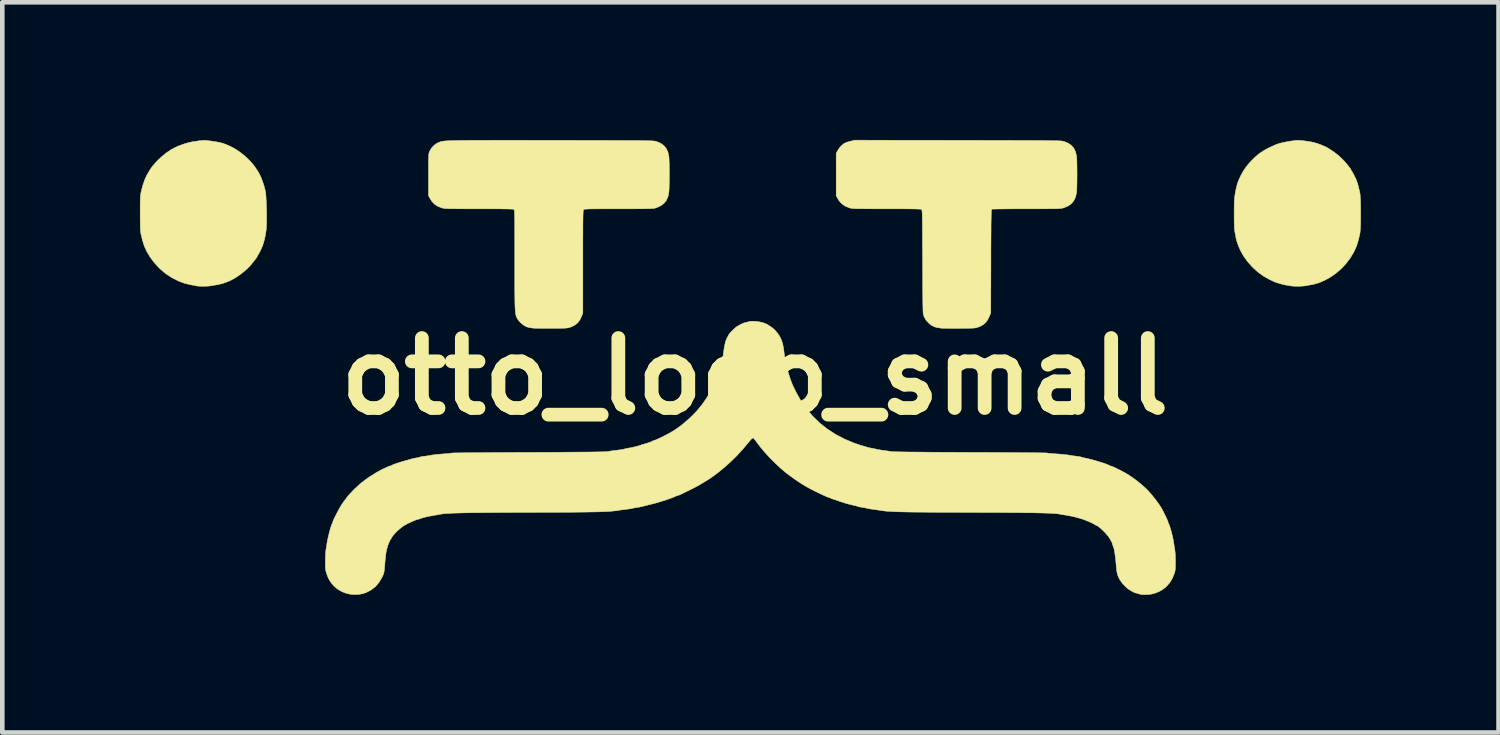
<source format=kicad_pcb>
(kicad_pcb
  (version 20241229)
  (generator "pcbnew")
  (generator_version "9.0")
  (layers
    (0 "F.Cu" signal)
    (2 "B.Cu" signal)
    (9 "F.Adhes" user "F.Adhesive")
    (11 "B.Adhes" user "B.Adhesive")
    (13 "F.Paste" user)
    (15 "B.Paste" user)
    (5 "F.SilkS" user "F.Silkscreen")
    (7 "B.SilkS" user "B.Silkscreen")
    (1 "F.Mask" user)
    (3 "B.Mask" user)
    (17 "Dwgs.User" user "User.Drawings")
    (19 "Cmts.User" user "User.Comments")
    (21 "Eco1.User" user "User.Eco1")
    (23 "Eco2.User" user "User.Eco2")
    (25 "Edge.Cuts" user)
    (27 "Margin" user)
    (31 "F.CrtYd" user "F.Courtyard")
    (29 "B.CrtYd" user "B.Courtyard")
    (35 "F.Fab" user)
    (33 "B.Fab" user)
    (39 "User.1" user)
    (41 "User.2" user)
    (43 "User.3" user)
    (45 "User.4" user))
  (footprint "otto_logo_small"
    (layer "F.Cu")
    (at 13.401 5.152)
    (property "Reference" "otto_logo_small" (at 0 0 0) (layer "F.SilkS") (effects (font (size 1.524 1.524) (thickness 0.3))))
    (attr through_hole)
    (fp_poly (pts (xy -11.97 -5.143) (xy -11.941 -5.14) (xy -11.911 -5.136) (xy -11.813 -5.123) (xy -11.731 -5.11) (xy -11.661 -5.096) (xy -11.6 -5.08) (xy -11.542 -5.06) (xy -11.483 -5.036) (xy -11.419 -5.006) (xy -11.399 -4.997) (xy -11.298 -4.939) (xy -11.194 -4.867) (xy -11.094 -4.783) (xy -11.002 -4.694) (xy -10.922 -4.602) (xy -10.882 -4.545) (xy -10.86 -4.512) (xy -10.84 -4.482) (xy -10.834 -4.474) (xy -10.8 -4.414) (xy -10.764 -4.339) (xy -10.731 -4.253) (xy -10.7 -4.162) (xy -10.676 -4.073) (xy -10.666 -4.025) (xy -10.66 -3.985) (xy -10.655 -3.928) (xy -10.651 -3.856) (xy -10.647 -3.774) (xy -10.644 -3.685) (xy -10.642 -3.594) (xy -10.641 -3.503) (xy -10.641 -3.416) (xy -10.642 -3.337) (xy -10.644 -3.27) (xy -10.647 -3.218) (xy -10.65 -3.192) (xy -10.658 -3.143) (xy -10.667 -3.088) (xy -10.672 -3.055) (xy -10.685 -2.995) (xy -10.703 -2.927) (xy -10.723 -2.863) (xy -10.743 -2.812) (xy -10.764 -2.764) (xy -10.787 -2.718) (xy -10.809 -2.678) (xy -10.825 -2.65) (xy -10.831 -2.643) (xy -10.843 -2.624) (xy -10.846 -2.614) (xy -10.852 -2.6) (xy -10.87 -2.573) (xy -10.897 -2.538) (xy -10.929 -2.497) (xy -10.963 -2.455) (xy -10.997 -2.415) (xy -11.028 -2.381) (xy -11.029 -2.38) (xy -11.083 -2.328) (xy -11.149 -2.272) (xy -11.221 -2.217) (xy -11.291 -2.168) (xy -11.344 -2.135) (xy -11.399 -2.105) (xy -11.444 -2.082) (xy -11.49 -2.063) (xy -11.543 -2.044) (xy -11.577 -2.032) (xy -11.609 -2.022) (xy -11.642 -2.013) (xy -11.678 -2.005) (xy -11.724 -1.996) (xy -11.782 -1.986) (xy -11.856 -1.973) (xy -11.87 -1.971) (xy -11.912 -1.967) (xy -11.966 -1.964) (xy -12.025 -1.963) (xy -12.083 -1.964) (xy -12.134 -1.967) (xy -12.172 -1.971) (xy -12.178 -1.973) (xy -12.21 -1.98) (xy -12.252 -1.988) (xy -12.287 -1.994) (xy -12.424 -2.026) (xy -12.562 -2.078) (xy -12.699 -2.147) (xy -12.829 -2.231) (xy -12.871 -2.263) (xy -12.983 -2.362) (xy -13.085 -2.473) (xy -13.175 -2.592) (xy -13.25 -2.716) (xy -13.308 -2.843) (xy -13.347 -2.968) (xy -13.35 -2.98) (xy -13.359 -3.017) (xy -13.37 -3.064) (xy -13.378 -3.099) (xy -13.383 -3.122) (xy -13.387 -3.149) (xy -13.39 -3.183) (xy -13.393 -3.226) (xy -13.394 -3.28) (xy -13.395 -3.349) (xy -13.396 -3.434) (xy -13.396 -3.538) (xy -13.396 -3.548) (xy -13.396 -3.651) (xy -13.396 -3.734) (xy -13.395 -3.801) (xy -13.394 -3.855) (xy -13.392 -3.898) (xy -13.389 -3.934) (xy -13.385 -3.965) (xy -13.381 -3.993) (xy -13.375 -4.022) (xy -13.371 -4.036) (xy -13.36 -4.086) (xy -13.347 -4.133) (xy -13.337 -4.169) (xy -13.332 -4.182) (xy -13.32 -4.216) (xy -13.311 -4.246) (xy -13.31 -4.247) (xy -13.295 -4.29) (xy -13.271 -4.344) (xy -13.239 -4.405) (xy -13.203 -4.468) (xy -13.166 -4.526) (xy -13.132 -4.575) (xy -13.13 -4.577) (xy -13.039 -4.682) (xy -12.937 -4.78) (xy -12.83 -4.868) (xy -12.721 -4.942) (xy -12.644 -4.983) (xy -12.565 -5.019) (xy -12.477 -5.052) (xy -12.39 -5.081) (xy -12.309 -5.102) (xy -12.249 -5.114) (xy -12.171 -5.125) (xy -12.11 -5.134) (xy -12.064 -5.139) (xy -12.027 -5.143) (xy -11.997 -5.143) (xy -11.97 -5.143)) (stroke (width 0.01) (type solid)) (fill yes) (layer "F.SilkS"))
    (fp_poly (pts (xy 11.895 -5.141) (xy 11.944 -5.136) (xy 12.005 -5.128) (xy 12.082 -5.116) (xy 12.097 -5.114) (xy 12.178 -5.098) (xy 12.263 -5.074) (xy 12.34 -5.045) (xy 12.358 -5.037) (xy 12.386 -5.025) (xy 12.405 -5.017) (xy 12.409 -5.017) (xy 12.42 -5.012) (xy 12.446 -4.998) (xy 12.481 -4.979) (xy 12.494 -4.972) (xy 12.615 -4.894) (xy 12.73 -4.803) (xy 12.835 -4.702) (xy 12.892 -4.637) (xy 12.931 -4.588) (xy 12.958 -4.554) (xy 12.976 -4.531) (xy 12.986 -4.516) (xy 12.99 -4.507) (xy 12.991 -4.503) (xy 12.998 -4.487) (xy 13.006 -4.476) (xy 13.019 -4.457) (xy 13.036 -4.426) (xy 13.05 -4.399) (xy 13.068 -4.363) (xy 13.083 -4.333) (xy 13.091 -4.319) (xy 13.104 -4.289) (xy 13.12 -4.246) (xy 13.136 -4.197) (xy 13.15 -4.15) (xy 13.155 -4.128) (xy 13.164 -4.09) (xy 13.175 -4.044) (xy 13.183 -4.009) (xy 13.189 -3.974) (xy 13.193 -3.921) (xy 13.197 -3.854) (xy 13.2 -3.775) (xy 13.201 -3.687) (xy 13.202 -3.595) (xy 13.202 -3.501) (xy 13.201 -3.41) (xy 13.2 -3.323) (xy 13.197 -3.245) (xy 13.193 -3.179) (xy 13.188 -3.129) (xy 13.183 -3.099) (xy 13.172 -3.053) (xy 13.161 -3.007) (xy 13.155 -2.98) (xy 13.115 -2.844) (xy 13.055 -2.711) (xy 12.977 -2.581) (xy 12.884 -2.459) (xy 12.778 -2.345) (xy 12.661 -2.244) (xy 12.535 -2.157) (xy 12.417 -2.093) (xy 12.365 -2.07) (xy 12.32 -2.05) (xy 12.278 -2.035) (xy 12.235 -2.022) (xy 12.186 -2.009) (xy 12.127 -1.997) (xy 12.055 -1.984) (xy 11.989 -1.972) (xy 11.94 -1.967) (xy 11.879 -1.964) (xy 11.813 -1.963) (xy 11.749 -1.965) (xy 11.696 -1.969) (xy 11.675 -1.972) (xy 11.641 -1.978) (xy 11.596 -1.986) (xy 11.557 -1.992) (xy 11.513 -2.002) (xy 11.46 -2.016) (xy 11.405 -2.032) (xy 11.355 -2.048) (xy 11.316 -2.063) (xy 11.302 -2.069) (xy 11.284 -2.079) (xy 11.253 -2.094) (xy 11.215 -2.112) (xy 11.214 -2.112) (xy 11.082 -2.186) (xy 10.956 -2.278) (xy 10.839 -2.386) (xy 10.733 -2.506) (xy 10.642 -2.635) (xy 10.583 -2.741) (xy 10.554 -2.806) (xy 10.526 -2.877) (xy 10.503 -2.945) (xy 10.487 -3.005) (xy 10.483 -3.028) (xy 10.477 -3.062) (xy 10.469 -3.106) (xy 10.46 -3.15) (xy 10.455 -3.184) (xy 10.451 -3.23) (xy 10.448 -3.29) (xy 10.446 -3.365) (xy 10.445 -3.458) (xy 10.445 -3.545) (xy 10.445 -3.639) (xy 10.446 -3.716) (xy 10.447 -3.777) (xy 10.449 -3.827) (xy 10.452 -3.87) (xy 10.456 -3.909) (xy 10.461 -3.947) (xy 10.469 -3.988) (xy 10.471 -4.004) (xy 10.487 -4.084) (xy 10.502 -4.148) (xy 10.517 -4.204) (xy 10.536 -4.255) (xy 10.559 -4.31) (xy 10.589 -4.373) (xy 10.597 -4.388) (xy 10.645 -4.475) (xy 10.7 -4.556) (xy 10.742 -4.61) (xy 10.784 -4.659) (xy 10.833 -4.711) (xy 10.886 -4.763) (xy 10.938 -4.81) (xy 10.984 -4.849) (xy 11.019 -4.873) (xy 11.043 -4.889) (xy 11.077 -4.91) (xy 11.1 -4.925) (xy 11.134 -4.945) (xy 11.176 -4.968) (xy 11.228 -4.993) (xy 11.296 -5.024) (xy 11.339 -5.044) (xy 11.41 -5.07) (xy 11.501 -5.094) (xy 11.612 -5.116) (xy 11.673 -5.126) (xy 11.729 -5.134) (xy 11.775 -5.14) (xy 11.815 -5.143) (xy 11.853 -5.143) (xy 11.895 -5.141)) (stroke (width 0.01) (type solid)) (fill yes) (layer "F.SilkS"))
    (fp_poly (pts (xy 4.423 -5.144) (xy 4.682 -5.143) (xy 4.921 -5.143) (xy 5.14 -5.142) (xy 5.34 -5.142) (xy 5.522 -5.142) (xy 5.687 -5.141) (xy 5.835 -5.141) (xy 5.968 -5.141) (xy 6.086 -5.14) (xy 6.191 -5.139) (xy 6.284 -5.139) (xy 6.364 -5.138) (xy 6.433 -5.137) (xy 6.493 -5.136) (xy 6.543 -5.135) (xy 6.585 -5.134) (xy 6.62 -5.133) (xy 6.649 -5.132) (xy 6.671 -5.13) (xy 6.69 -5.129) (xy 6.704 -5.127) (xy 6.716 -5.125) (xy 6.725 -5.122) (xy 6.734 -5.12) (xy 6.739 -5.118) (xy 6.828 -5.082) (xy 6.898 -5.032) (xy 6.952 -4.969) (xy 6.989 -4.893) (xy 7.01 -4.802) (xy 7.011 -4.795) (xy 7.014 -4.754) (xy 7.017 -4.695) (xy 7.019 -4.622) (xy 7.02 -4.539) (xy 7.021 -4.451) (xy 7.021 -4.36) (xy 7.02 -4.271) (xy 7.019 -4.187) (xy 7.017 -4.113) (xy 7.014 -4.052) (xy 7.011 -4.008) (xy 7.01 -4.001) (xy 6.989 -3.908) (xy 6.952 -3.829) (xy 6.898 -3.764) (xy 6.827 -3.713) (xy 6.74 -3.676) (xy 6.735 -3.674) (xy 6.72 -3.67) (xy 6.705 -3.666) (xy 6.689 -3.663) (xy 6.668 -3.66) (xy 6.643 -3.658) (xy 6.611 -3.656) (xy 6.571 -3.654) (xy 6.521 -3.653) (xy 6.459 -3.653) (xy 6.384 -3.652) (xy 6.293 -3.652) (xy 6.186 -3.651) (xy 6.061 -3.651) (xy 5.917 -3.651) (xy 5.792 -3.651) (xy 5.673 -3.651) (xy 5.562 -3.65) (xy 5.461 -3.649) (xy 5.372 -3.648) (xy 5.295 -3.647) (xy 5.235 -3.646) (xy 5.191 -3.645) (xy 5.166 -3.643) (xy 5.16 -3.642) (xy 5.158 -3.637) (xy 5.156 -3.622) (xy 5.154 -3.598) (xy 5.152 -3.562) (xy 5.151 -3.514) (xy 5.15 -3.453) (xy 5.148 -3.378) (xy 5.147 -3.288) (xy 5.147 -3.182) (xy 5.146 -3.058) (xy 5.145 -2.917) (xy 5.144 -2.756) (xy 5.144 -2.575) (xy 5.144 -2.508) (xy 5.141 -1.381) (xy 5.114 -1.316) (xy 5.078 -1.239) (xy 5.037 -1.18) (xy 4.987 -1.134) (xy 4.924 -1.096) (xy 4.87 -1.074) (xy 4.851 -1.067) (xy 4.831 -1.061) (xy 4.809 -1.057) (xy 4.782 -1.053) (xy 4.747 -1.051) (xy 4.701 -1.049) (xy 4.641 -1.048) (xy 4.565 -1.046) (xy 4.48 -1.046) (xy 4.393 -1.045) (xy 4.307 -1.045) (xy 4.228 -1.046) (xy 4.158 -1.047) (xy 4.101 -1.048) (xy 4.062 -1.05) (xy 4.058 -1.051) (xy 3.975 -1.062) (xy 3.906 -1.082) (xy 3.846 -1.114) (xy 3.797 -1.152) (xy 3.733 -1.221) (xy 3.689 -1.297) (xy 3.671 -1.351) (xy 3.668 -1.368) (xy 3.666 -1.397) (xy 3.664 -1.441) (xy 3.663 -1.5) (xy 3.661 -1.575) (xy 3.66 -1.667) (xy 3.659 -1.775) (xy 3.657 -1.902) (xy 3.657 -2.048) (xy 3.656 -2.214) (xy 3.655 -2.4) (xy 3.655 -2.514) (xy 3.654 -2.694) (xy 3.653 -2.854) (xy 3.653 -2.994) (xy 3.652 -3.117) (xy 3.652 -3.222) (xy 3.651 -3.313) (xy 3.65 -3.389) (xy 3.649 -3.452) (xy 3.648 -3.503) (xy 3.647 -3.544) (xy 3.645 -3.576) (xy 3.643 -3.599) (xy 3.641 -3.616) (xy 3.639 -3.627) (xy 3.636 -3.634) (xy 3.633 -3.637) (xy 3.633 -3.638) (xy 3.625 -3.641) (xy 3.607 -3.643) (xy 3.578 -3.645) (xy 3.537 -3.647) (xy 3.483 -3.648) (xy 3.415 -3.649) (xy 3.331 -3.65) (xy 3.229 -3.651) (xy 3.109 -3.651) (xy 2.97 -3.651) (xy 2.871 -3.651) (xy 2.726 -3.651) (xy 2.601 -3.651) (xy 2.494 -3.652) (xy 2.404 -3.652) (xy 2.329 -3.653) (xy 2.267 -3.653) (xy 2.217 -3.654) (xy 2.177 -3.656) (xy 2.146 -3.658) (xy 2.121 -3.66) (xy 2.101 -3.663) (xy 2.084 -3.666) (xy 2.069 -3.67) (xy 2.054 -3.674) (xy 2.053 -3.675) (xy 1.966 -3.711) (xy 1.895 -3.76) (xy 1.837 -3.825) (xy 1.801 -3.883) (xy 1.772 -3.939) (xy 1.772 -4.859) (xy 1.801 -4.915) (xy 1.84 -4.975) (xy 1.888 -5.03) (xy 1.939 -5.072) (xy 1.95 -5.079) (xy 1.979 -5.092) (xy 2.02 -5.107) (xy 2.068 -5.121) (xy 2.082 -5.124) (xy 2.176 -5.147) (xy 4.423 -5.144)) (stroke (width 0.01) (type solid)) (fill yes) (layer "F.SilkS"))
    (fp_poly (pts (xy -5.312 -5.145) (xy -5.102 -5.145) (xy -4.873 -5.144) (xy -4.625 -5.144) (xy -4.401 -5.144) (xy -4.145 -5.143) (xy -3.91 -5.143) (xy -3.695 -5.142) (xy -3.498 -5.142) (xy -3.32 -5.142) (xy -3.159 -5.141) (xy -3.014 -5.141) (xy -2.884 -5.14) (xy -2.769 -5.14) (xy -2.667 -5.139) (xy -2.578 -5.139) (xy -2.5 -5.138) (xy -2.433 -5.137) (xy -2.376 -5.136) (xy -2.328 -5.135) (xy -2.288 -5.134) (xy -2.255 -5.133) (xy -2.228 -5.131) (xy -2.207 -5.13) (xy -2.19 -5.128) (xy -2.176 -5.126) (xy -2.165 -5.124) (xy -2.156 -5.122) (xy -2.147 -5.119) (xy -2.145 -5.118) (xy -2.058 -5.082) (xy -1.988 -5.033) (xy -1.934 -4.971) (xy -1.897 -4.895) (xy -1.876 -4.803) (xy -1.874 -4.79) (xy -1.871 -4.746) (xy -1.868 -4.685) (xy -1.866 -4.61) (xy -1.865 -4.525) (xy -1.864 -4.434) (xy -1.864 -4.343) (xy -1.865 -4.253) (xy -1.867 -4.17) (xy -1.869 -4.097) (xy -1.872 -4.039) (xy -1.875 -4.007) (xy -1.894 -3.914) (xy -1.929 -3.835) (xy -1.98 -3.771) (xy -2.049 -3.719) (xy -2.135 -3.679) (xy -2.146 -3.675) (xy -2.16 -3.671) (xy -2.174 -3.667) (xy -2.189 -3.663) (xy -2.208 -3.66) (xy -2.231 -3.658) (xy -2.26 -3.656) (xy -2.297 -3.655) (xy -2.344 -3.653) (xy -2.402 -3.653) (xy -2.473 -3.652) (xy -2.559 -3.652) (xy -2.661 -3.651) (xy -2.781 -3.651) (xy -2.92 -3.651) (xy -2.966 -3.651) (xy -3.113 -3.651) (xy -3.24 -3.651) (xy -3.348 -3.651) (xy -3.439 -3.65) (xy -3.514 -3.65) (xy -3.575 -3.649) (xy -3.623 -3.648) (xy -3.661 -3.646) (xy -3.688 -3.644) (xy -3.708 -3.642) (xy -3.721 -3.64) (xy -3.729 -3.637) (xy -3.732 -3.634) (xy -3.735 -3.63) (xy -3.737 -3.622) (xy -3.739 -3.609) (xy -3.741 -3.589) (xy -3.743 -3.563) (xy -3.744 -3.528) (xy -3.745 -3.482) (xy -3.746 -3.426) (xy -3.747 -3.358) (xy -3.748 -3.275) (xy -3.748 -3.179) (xy -3.748 -3.066) (xy -3.749 -2.936) (xy -3.749 -2.788) (xy -3.749 -2.619) (xy -3.749 -2.498) (xy -3.749 -1.378) (xy -3.773 -1.315) (xy -3.811 -1.234) (xy -3.857 -1.171) (xy -3.915 -1.122) (xy -3.988 -1.084) (xy -4.006 -1.077) (xy -4.029 -1.069) (xy -4.05 -1.063) (xy -4.071 -1.058) (xy -4.095 -1.054) (xy -4.125 -1.051) (xy -4.164 -1.049) (xy -4.215 -1.048) (xy -4.281 -1.047) (xy -4.363 -1.046) (xy -4.419 -1.046) (xy -4.506 -1.046) (xy -4.591 -1.046) (xy -4.67 -1.047) (xy -4.739 -1.048) (xy -4.794 -1.049) (xy -4.832 -1.051) (xy -4.838 -1.052) (xy -4.888 -1.058) (xy -4.937 -1.068) (xy -4.976 -1.08) (xy -4.978 -1.081) (xy -5.032 -1.11) (xy -5.087 -1.153) (xy -5.137 -1.202) (xy -5.172 -1.25) (xy -5.182 -1.267) (xy -5.19 -1.283) (xy -5.198 -1.3) (xy -5.204 -1.32) (xy -5.21 -1.343) (xy -5.215 -1.372) (xy -5.219 -1.406) (xy -5.223 -1.448) (xy -5.225 -1.499) (xy -5.228 -1.559) (xy -5.23 -1.632) (xy -5.231 -1.716) (xy -5.232 -1.815) (xy -5.233 -1.93) (xy -5.233 -2.06) (xy -5.233 -2.209) (xy -5.233 -2.377) (xy -5.233 -2.549) (xy -5.233 -2.725) (xy -5.233 -2.882) (xy -5.233 -3.019) (xy -5.234 -3.139) (xy -5.234 -3.241) (xy -5.234 -3.329) (xy -5.235 -3.402) (xy -5.236 -3.463) (xy -5.237 -3.512) (xy -5.238 -3.551) (xy -5.239 -3.58) (xy -5.241 -3.602) (xy -5.243 -3.618) (xy -5.245 -3.628) (xy -5.248 -3.634) (xy -5.251 -3.638) (xy -5.254 -3.64) (xy -5.27 -3.643) (xy -5.308 -3.645) (xy -5.366 -3.647) (xy -5.446 -3.648) (xy -5.548 -3.65) (xy -5.67 -3.651) (xy -5.813 -3.651) (xy -5.977 -3.651) (xy -6.016 -3.651) (xy -6.161 -3.651) (xy -6.286 -3.651) (xy -6.392 -3.652) (xy -6.482 -3.652) (xy -6.557 -3.653) (xy -6.619 -3.653) (xy -6.668 -3.654) (xy -6.708 -3.656) (xy -6.74 -3.658) (xy -6.765 -3.66) (xy -6.784 -3.663) (xy -6.801 -3.666) (xy -6.816 -3.67) (xy -6.831 -3.674) (xy -6.831 -3.675) (xy -6.915 -3.708) (xy -6.983 -3.754) (xy -7.04 -3.814) (xy -7.087 -3.89) (xy -7.113 -3.939) (xy -7.113 -4.394) (xy -7.113 -4.506) (xy -7.113 -4.598) (xy -7.112 -4.673) (xy -7.112 -4.733) (xy -7.11 -4.78) (xy -7.109 -4.815) (xy -7.106 -4.842) (xy -7.103 -4.862) (xy -7.099 -4.878) (xy -7.095 -4.891) (xy -7.092 -4.898) (xy -7.049 -4.973) (xy -6.991 -5.036) (xy -6.922 -5.084) (xy -6.847 -5.115) (xy -6.846 -5.115) (xy -6.831 -5.119) (xy -6.813 -5.122) (xy -6.792 -5.125) (xy -6.767 -5.128) (xy -6.737 -5.131) (xy -6.701 -5.133) (xy -6.659 -5.135) (xy -6.61 -5.137) (xy -6.551 -5.138) (xy -6.484 -5.14) (xy -6.407 -5.141) (xy -6.318 -5.142) (xy -6.217 -5.143) (xy -6.104 -5.144) (xy -5.976 -5.144) (xy -5.835 -5.144) (xy -5.677 -5.145) (xy -5.503 -5.145) (xy -5.312 -5.145)) (stroke (width 0.01) (type solid)) (fill yes) (layer "F.SilkS"))
    (fp_poly (pts (xy 0.048 -1.195) (xy 0.125 -1.183) (xy 0.195 -1.164) (xy 0.253 -1.14) (xy 0.255 -1.14) (xy 0.324 -1.098) (xy 0.385 -1.055) (xy 0.431 -1.014) (xy 0.434 -1.011) (xy 0.495 -0.94) (xy 0.543 -0.867) (xy 0.58 -0.791) (xy 0.607 -0.705) (xy 0.626 -0.605) (xy 0.638 -0.509) (xy 0.655 -0.377) (xy 0.684 -0.238) (xy 0.72 -0.104) (xy 0.738 -0.049) (xy 0.749 -0.014) (xy 0.76 0.022) (xy 0.77 0.052) (xy 0.785 0.093) (xy 0.802 0.138) (xy 0.819 0.18) (xy 0.832 0.21) (xy 0.834 0.216) (xy 0.843 0.232) (xy 0.858 0.263) (xy 0.878 0.304) (xy 0.898 0.345) (xy 1.003 0.533) (xy 1.125 0.708) (xy 1.264 0.871) (xy 1.417 1.02) (xy 1.585 1.152) (xy 1.762 1.266) (xy 1.957 1.368) (xy 2.152 1.45) (xy 2.302 1.5) (xy 2.352 1.515) (xy 2.401 1.529) (xy 2.439 1.541) (xy 2.449 1.544) (xy 2.492 1.555) (xy 2.537 1.565) (xy 2.546 1.566) (xy 2.588 1.574) (xy 2.634 1.584) (xy 2.649 1.588) (xy 2.685 1.596) (xy 2.734 1.604) (xy 2.787 1.612) (xy 2.806 1.614) (xy 2.858 1.621) (xy 2.908 1.628) (xy 2.947 1.635) (xy 2.958 1.638) (xy 2.974 1.64) (xy 3.007 1.642) (xy 3.057 1.643) (xy 3.124 1.645) (xy 3.21 1.646) (xy 3.314 1.648) (xy 3.437 1.649) (xy 3.579 1.65) (xy 3.74 1.652) (xy 3.922 1.653) (xy 4.123 1.654) (xy 4.346 1.655) (xy 4.59 1.656) (xy 4.681 1.657) (xy 4.87 1.657) (xy 5.053 1.658) (xy 5.229 1.659) (xy 5.396 1.66) (xy 5.555 1.661) (xy 5.702 1.662) (xy 5.838 1.663) (xy 5.962 1.664) (xy 6.071 1.665) (xy 6.164 1.666) (xy 6.242 1.667) (xy 6.301 1.668) (xy 6.342 1.669) (xy 6.363 1.67) (xy 6.366 1.67) (xy 6.379 1.673) (xy 6.411 1.677) (xy 6.457 1.681) (xy 6.514 1.686) (xy 6.577 1.69) (xy 6.647 1.695) (xy 6.715 1.701) (xy 6.777 1.707) (xy 6.826 1.713) (xy 6.853 1.718) (xy 6.907 1.727) (xy 6.966 1.735) (xy 7.005 1.74) (xy 7.047 1.745) (xy 7.084 1.751) (xy 7.107 1.757) (xy 7.132 1.765) (xy 7.169 1.774) (xy 7.21 1.783) (xy 7.266 1.795) (xy 7.33 1.811) (xy 7.399 1.83) (xy 7.469 1.851) (xy 7.537 1.871) (xy 7.599 1.891) (xy 7.652 1.91) (xy 7.692 1.925) (xy 7.716 1.937) (xy 7.719 1.94) (xy 7.739 1.95) (xy 7.745 1.95) (xy 7.763 1.955) (xy 7.793 1.966) (xy 7.829 1.981) (xy 7.865 1.997) (xy 7.893 2.012) (xy 7.899 2.016) (xy 7.921 2.028) (xy 7.942 2.037) (xy 7.969 2.049) (xy 7.985 2.058) (xy 8.005 2.069) (xy 8.034 2.085) (xy 8.049 2.092) (xy 8.113 2.128) (xy 8.188 2.177) (xy 8.269 2.234) (xy 8.351 2.296) (xy 8.429 2.361) (xy 8.5 2.423) (xy 8.538 2.459) (xy 8.606 2.532) (xy 8.676 2.615) (xy 8.744 2.701) (xy 8.805 2.786) (xy 8.856 2.864) (xy 8.874 2.896) (xy 8.901 2.947) (xy 8.928 3.001) (xy 8.954 3.054) (xy 8.976 3.102) (xy 8.993 3.14) (xy 9.002 3.166) (xy 9.004 3.173) (xy 9.008 3.19) (xy 9.019 3.214) (xy 9.02 3.214) (xy 9.035 3.251) (xy 9.053 3.305) (xy 9.072 3.37) (xy 9.09 3.441) (xy 9.107 3.514) (xy 9.122 3.584) (xy 9.129 3.63) (xy 9.137 3.684) (xy 9.146 3.74) (xy 9.154 3.788) (xy 9.154 3.792) (xy 9.158 3.828) (xy 9.162 3.88) (xy 9.164 3.941) (xy 9.166 4.008) (xy 9.166 4.041) (xy 9.166 4.111) (xy 9.164 4.165) (xy 9.162 4.206) (xy 9.157 4.24) (xy 9.149 4.27) (xy 9.144 4.29) (xy 9.099 4.401) (xy 9.041 4.497) (xy 8.969 4.579) (xy 8.912 4.626) (xy 8.863 4.66) (xy 8.816 4.686) (xy 8.764 4.709) (xy 8.702 4.731) (xy 8.643 4.745) (xy 8.577 4.754) (xy 8.508 4.758) (xy 8.445 4.756) (xy 8.392 4.748) (xy 8.368 4.74) (xy 8.338 4.73) (xy 8.314 4.724) (xy 8.311 4.724) (xy 8.288 4.718) (xy 8.253 4.703) (xy 8.211 4.68) (xy 8.168 4.654) (xy 8.128 4.627) (xy 8.115 4.617) (xy 8.062 4.569) (xy 8.01 4.511) (xy 7.967 4.453) (xy 7.96 4.442) (xy 7.93 4.387) (xy 7.908 4.334) (xy 7.893 4.277) (xy 7.882 4.21) (xy 7.876 4.144) (xy 7.869 4.06) (xy 7.861 3.978) (xy 7.851 3.902) (xy 7.842 3.835) (xy 7.832 3.781) (xy 7.823 3.743) (xy 7.818 3.727) (xy 7.805 3.697) (xy 7.796 3.664) (xy 7.778 3.611) (xy 7.745 3.551) (xy 7.701 3.486) (xy 7.648 3.422) (xy 7.613 3.386) (xy 7.556 3.331) (xy 7.508 3.29) (xy 7.472 3.263) (xy 7.449 3.251) (xy 7.446 3.25) (xy 7.431 3.245) (xy 7.41 3.231) (xy 7.385 3.216) (xy 7.35 3.198) (xy 7.324 3.186) (xy 7.283 3.168) (xy 7.241 3.15) (xy 7.222 3.142) (xy 7.157 3.117) (xy 7.077 3.092) (xy 6.989 3.068) (xy 6.898 3.047) (xy 6.811 3.031) (xy 6.799 3.029) (xy 6.747 3.02) (xy 6.696 3.012) (xy 6.655 3.004) (xy 6.646 3.003) (xy 6.619 2.998) (xy 6.582 2.994) (xy 6.537 2.99) (xy 6.482 2.986) (xy 6.416 2.983) (xy 6.339 2.98) (xy 6.249 2.978) (xy 6.145 2.975) (xy 6.027 2.973) (xy 5.893 2.972) (xy 5.744 2.97) (xy 5.577 2.969) (xy 5.393 2.967) (xy 5.19 2.966) (xy 4.967 2.966) (xy 4.723 2.965) (xy 4.675 2.965) (xy 4.441 2.964) (xy 4.228 2.963) (xy 4.034 2.963) (xy 3.859 2.962) (xy 3.701 2.96) (xy 3.559 2.959) (xy 3.433 2.958) (xy 3.321 2.956) (xy 3.222 2.954) (xy 3.135 2.952) (xy 3.059 2.949) (xy 2.993 2.946) (xy 2.936 2.943) (xy 2.886 2.94) (xy 2.844 2.936) (xy 2.807 2.931) (xy 2.774 2.927) (xy 2.763 2.925) (xy 2.726 2.919) (xy 2.676 2.912) (xy 2.62 2.904) (xy 2.584 2.899) (xy 2.533 2.892) (xy 2.487 2.885) (xy 2.453 2.878) (xy 2.438 2.874) (xy 2.413 2.867) (xy 2.375 2.86) (xy 2.34 2.855) (xy 2.301 2.849) (xy 2.268 2.843) (xy 2.251 2.837) (xy 2.232 2.83) (xy 2.198 2.821) (xy 2.159 2.812) (xy 2.088 2.795) (xy 2.007 2.774) (xy 1.925 2.749) (xy 1.849 2.725) (xy 1.788 2.703) (xy 1.751 2.69) (xy 1.711 2.678) (xy 1.704 2.676) (xy 1.675 2.667) (xy 1.655 2.657) (xy 1.652 2.654) (xy 1.637 2.645) (xy 1.628 2.644) (xy 1.608 2.639) (xy 1.578 2.628) (xy 1.564 2.622) (xy 1.524 2.604) (xy 1.48 2.584) (xy 1.465 2.577) (xy 1.423 2.558) (xy 1.37 2.532) (xy 1.313 2.504) (xy 1.256 2.475) (xy 1.205 2.449) (xy 1.166 2.428) (xy 1.154 2.421) (xy 1.119 2.401) (xy 1.086 2.381) (xy 1.078 2.377) (xy 1.031 2.349) (xy 0.971 2.31) (xy 0.903 2.265) (xy 0.832 2.215) (xy 0.762 2.164) (xy 0.698 2.116) (xy 0.667 2.092) (xy 0.551 1.993) (xy 0.431 1.881) (xy 0.313 1.761) (xy 0.201 1.637) (xy 0.1 1.515) (xy 0.022 1.41) (xy -0.003 1.378) (xy -0.024 1.354) (xy -0.037 1.344) (xy -0.038 1.344) (xy -0.051 1.347) (xy -0.066 1.358) (xy -0.088 1.378) (xy -0.116 1.411) (xy -0.154 1.457) (xy -0.185 1.495) (xy -0.284 1.612) (xy -0.398 1.734) (xy -0.522 1.856) (xy -0.653 1.974) (xy -0.785 2.083) (xy -0.904 2.173) (xy -0.94 2.198) (xy -0.971 2.22) (xy -1.002 2.24) (xy -1.038 2.263) (xy -1.084 2.291) (xy -1.125 2.315) (xy -1.177 2.347) (xy -1.22 2.372) (xy -1.258 2.394) (xy -1.297 2.414) (xy -1.341 2.437) (xy -1.398 2.465) (xy -1.43 2.481) (xy -1.486 2.508) (xy -1.537 2.534) (xy -1.579 2.554) (xy -1.609 2.569) (xy -1.618 2.574) (xy -1.643 2.585) (xy -1.661 2.59) (xy -1.661 2.59) (xy -1.677 2.594) (xy -1.705 2.604) (xy -1.717 2.609) (xy -1.783 2.637) (xy -1.862 2.667) (xy -1.958 2.7) (xy -2.059 2.731) (xy -2.107 2.746) (xy -2.157 2.76) (xy -2.215 2.775) (xy -2.287 2.793) (xy -2.319 2.801) (xy -2.366 2.813) (xy -2.414 2.825) (xy -2.443 2.833) (xy -2.488 2.843) (xy -2.538 2.853) (xy -2.557 2.855) (xy -2.604 2.863) (xy -2.653 2.872) (xy -2.671 2.876) (xy -2.71 2.885) (xy -2.76 2.892) (xy -2.806 2.898) (xy -2.86 2.904) (xy -2.921 2.912) (xy -2.974 2.921) (xy -3.007 2.926) (xy -3.043 2.931) (xy -3.084 2.935) (xy -3.129 2.939) (xy -3.182 2.943) (xy -3.242 2.946) (xy -3.311 2.949) (xy -3.39 2.952) (xy -3.48 2.954) (xy -3.582 2.956) (xy -3.697 2.958) (xy -3.826 2.959) (xy -3.971 2.961) (xy -4.133 2.962) (xy -4.311 2.963) (xy -4.509 2.963) (xy -4.726 2.964) (xy -4.897 2.965) (xy -5.144 2.965) (xy -5.369 2.966) (xy -5.575 2.967) (xy -5.762 2.969) (xy -5.931 2.97) (xy -6.082 2.972) (xy -6.217 2.973) (xy -6.336 2.975) (xy -6.441 2.978) (xy -6.533 2.98) (xy -6.611 2.983) (xy -6.678 2.987) (xy -6.733 2.99) (xy -6.779 2.994) (xy -6.815 2.998) (xy -6.842 3.003) (xy -6.879 3.01) (xy -6.929 3.019) (xy -6.98 3.027) (xy -6.989 3.029) (xy -7.05 3.04) (xy -7.113 3.052) (xy -7.172 3.065) (xy -7.222 3.078) (xy -7.26 3.089) (xy -7.276 3.096) (xy -7.302 3.105) (xy -7.334 3.114) (xy -7.335 3.114) (xy -7.37 3.123) (xy -7.409 3.137) (xy -7.416 3.141) (xy -7.452 3.156) (xy -7.495 3.175) (xy -7.519 3.186) (xy -7.555 3.202) (xy -7.584 3.217) (xy -7.596 3.226) (xy -7.614 3.237) (xy -7.622 3.24) (xy -7.638 3.247) (xy -7.666 3.265) (xy -7.702 3.293) (xy -7.744 3.326) (xy -7.786 3.363) (xy -7.816 3.391) (xy -7.893 3.479) (xy -7.956 3.582) (xy -8.004 3.698) (xy -8.035 3.825) (xy -8.039 3.852) (xy -8.045 3.894) (xy -8.051 3.951) (xy -8.058 4.017) (xy -8.064 4.086) (xy -8.066 4.114) (xy -8.072 4.18) (xy -8.077 4.229) (xy -8.082 4.266) (xy -8.09 4.296) (xy -8.099 4.324) (xy -8.113 4.354) (xy -8.132 4.392) (xy -8.195 4.496) (xy -8.272 4.584) (xy -8.363 4.655) (xy -8.468 4.71) (xy -8.534 4.733) (xy -8.622 4.751) (xy -8.717 4.756) (xy -8.813 4.749) (xy -8.899 4.73) (xy -8.901 4.73) (xy -9.005 4.689) (xy -9.091 4.639) (xy -9.166 4.578) (xy -9.231 4.502) (xy -9.265 4.453) (xy -9.291 4.406) (xy -9.314 4.354) (xy -9.335 4.292) (xy -9.345 4.259) (xy -9.353 4.228) (xy -9.357 4.195) (xy -9.36 4.154) (xy -9.361 4.101) (xy -9.361 4.037) (xy -9.36 3.971) (xy -9.358 3.907) (xy -9.355 3.85) (xy -9.351 3.806) (xy -9.35 3.792) (xy -9.342 3.746) (xy -9.333 3.69) (xy -9.325 3.635) (xy -9.324 3.63) (xy -9.315 3.578) (xy -9.302 3.518) (xy -9.287 3.453) (xy -9.271 3.389) (xy -9.254 3.328) (xy -9.238 3.275) (xy -9.223 3.233) (xy -9.212 3.207) (xy -9.208 3.202) (xy -9.2 3.183) (xy -9.199 3.176) (xy -9.194 3.157) (xy -9.18 3.122) (xy -9.158 3.076) (xy -9.131 3.023) (xy -9.101 2.964) (xy -9.069 2.905) (xy -9.038 2.849) (xy -9.008 2.8) (xy -8.988 2.768) (xy -8.872 2.613) (xy -8.738 2.467) (xy -8.588 2.33) (xy -8.424 2.206) (xy -8.249 2.096) (xy -8.132 2.033) (xy -8.057 1.997) (xy -8 1.971) (xy -7.961 1.955) (xy -7.94 1.95) (xy -7.919 1.944) (xy -7.914 1.94) (xy -7.897 1.93) (xy -7.862 1.915) (xy -7.814 1.898) (xy -7.755 1.879) (xy -7.691 1.859) (xy -7.623 1.839) (xy -7.612 1.836) (xy -7.566 1.824) (xy -7.521 1.811) (xy -7.498 1.804) (xy -7.459 1.793) (xy -7.412 1.783) (xy -7.382 1.778) (xy -7.343 1.771) (xy -7.311 1.763) (xy -7.295 1.757) (xy -7.275 1.751) (xy -7.241 1.745) (xy -7.199 1.74) (xy -7.194 1.74) (xy -7.143 1.733) (xy -7.088 1.725) (xy -7.048 1.717) (xy -7.015 1.712) (xy -6.965 1.705) (xy -6.905 1.699) (xy -6.839 1.694) (xy -6.8 1.691) (xy -6.739 1.686) (xy -6.685 1.682) (xy -6.642 1.677) (xy -6.614 1.673) (xy -6.605 1.671) (xy -6.593 1.67) (xy -6.561 1.669) (xy -6.509 1.668) (xy -6.439 1.667) (xy -6.352 1.666) (xy -6.249 1.665) (xy -6.132 1.664) (xy -6.001 1.663) (xy -5.858 1.662) (xy -5.704 1.661) (xy -5.54 1.66) (xy -5.368 1.659) (xy -5.188 1.658) (xy -5.001 1.657) (xy -4.919 1.657) (xy -4.673 1.656) (xy -4.448 1.655) (xy -4.244 1.654) (xy -4.06 1.652) (xy -3.895 1.651) (xy -3.749 1.65) (xy -3.622 1.649) (xy -3.512 1.648) (xy -3.42 1.646) (xy -3.345 1.645) (xy -3.286 1.643) (xy -3.242 1.641) (xy -3.214 1.64) (xy -3.2 1.638) (xy -3.172 1.632) (xy -3.128 1.625) (xy -3.075 1.617) (xy -3.017 1.61) (xy -3.013 1.61) (xy -2.96 1.604) (xy -2.914 1.597) (xy -2.88 1.592) (xy -2.862 1.588) (xy -2.861 1.587) (xy -2.845 1.583) (xy -2.815 1.576) (xy -2.775 1.568) (xy -2.766 1.566) (xy -2.692 1.553) (xy -2.621 1.537) (xy -2.557 1.521) (xy -2.507 1.505) (xy -2.492 1.5) (xy -2.455 1.487) (xy -2.414 1.475) (xy -2.411 1.474) (xy -2.37 1.463) (xy -2.326 1.449) (xy -2.284 1.434) (xy -2.25 1.421) (xy -2.229 1.41) (xy -2.227 1.408) (xy -2.208 1.398) (xy -2.201 1.398) (xy -2.184 1.394) (xy -2.154 1.382) (xy -2.109 1.362) (xy -2.047 1.333) (xy -1.972 1.296) (xy -1.881 1.248) (xy -1.8 1.202) (xy -1.723 1.153) (xy -1.644 1.097) (xy -1.557 1.029) (xy -1.549 1.023) (xy -1.408 0.9) (xy -1.275 0.765) (xy -1.156 0.622) (xy -1.052 0.474) (xy -0.981 0.353) (xy -0.96 0.315) (xy -0.943 0.283) (xy -0.932 0.263) (xy -0.932 0.263) (xy -0.919 0.238) (xy -0.91 0.217) (xy -0.898 0.19) (xy -0.889 0.173) (xy -0.872 0.139) (xy -0.85 0.09) (xy -0.826 0.029) (xy -0.802 -0.038) (xy -0.779 -0.106) (xy -0.759 -0.17) (xy -0.744 -0.226) (xy -0.742 -0.234) (xy -0.732 -0.274) (xy -0.722 -0.309) (xy -0.716 -0.326) (xy -0.709 -0.35) (xy -0.702 -0.387) (xy -0.695 -0.43) (xy -0.695 -0.433) (xy -0.682 -0.53) (xy -0.67 -0.608) (xy -0.659 -0.671) (xy -0.648 -0.722) (xy -0.637 -0.764) (xy -0.623 -0.801) (xy -0.608 -0.835) (xy -0.593 -0.861) (xy -0.578 -0.889) (xy -0.568 -0.909) (xy -0.55 -0.935) (xy -0.519 -0.97) (xy -0.482 -1.008) (xy -0.443 -1.045) (xy -0.408 -1.074) (xy -0.396 -1.083) (xy -0.363 -1.103) (xy -0.323 -1.125) (xy -0.283 -1.145) (xy -0.247 -1.161) (xy -0.223 -1.169) (xy -0.218 -1.17) (xy -0.2 -1.173) (xy -0.171 -1.181) (xy -0.152 -1.187) (xy -0.097 -1.198) (xy -0.028 -1.201) (xy 0.048 -1.195)) (stroke (width 0.01) (type solid)) (fill yes) (layer "F.SilkS")))
  (gr_rect
    (start -3 -3)
    (end 29.608 12.914)
    (stroke (width 0.1) (type default))
    (fill no)
    (layer "Edge.Cuts")))
</source>
